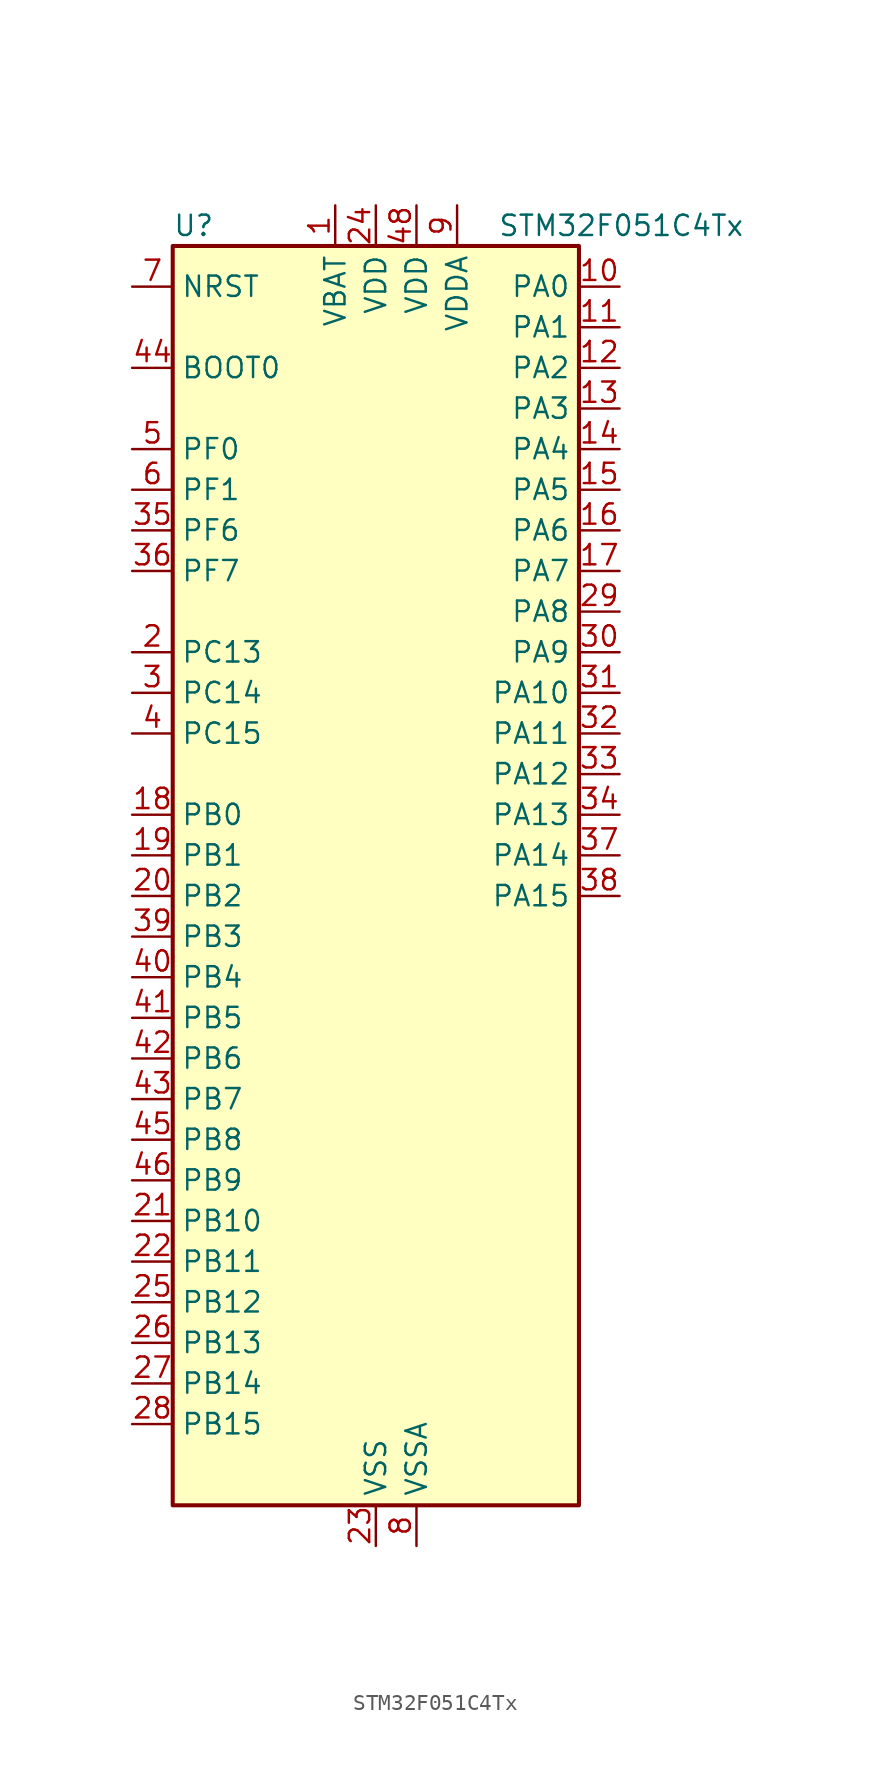
<source format=kicad_sym>
(kicad_symbol_lib
  (version 20220914)
  (generator kicad_symbol_editor)
  (symbol "STM32F051C4Tx"
    (property "Reference" "U"
      (at -12.7 41.91 0)
      (effects (font (size 1.27 1.27)) (justify left)))
    (property "Value" "STM32F051C4Tx"
      (at 7.62 41.91 0)
      (effects (font (size 1.27 1.27)) (justify left)))
    (property "ki_locked" ""
      (at 0 0 0)
      (effects (font (size 1.27 1.27))))
    (symbol "STM32F051C4Tx_0_1"
      (rectangle (start -12.7 -38.1) (end 12.7 40.64) (stroke (width 0.254) (type default)) (fill (type background))))
    (symbol "STM32F051C4Tx_1_1"
      (pin power_in line (at -2.54 43.18 270) (length 2.54) (name "VBAT" (effects (font (size 1.27 1.27)))) (number "1" (effects (font (size 1.27 1.27)))))
      (pin bidirectional line (at 15.24 38.1 180) (length 2.54) (name "PA0" (effects (font (size 1.27 1.27)))) (number "10" (effects (font (size 1.27 1.27)))) (alternate "ADC_IN0" bidirectional line) (alternate "COMP1_INM" bidirectional line) (alternate "COMP1_OUT" bidirectional line) (alternate "RTC_TAMP2" bidirectional line) (alternate "SYS_WKUP1" bidirectional line) (alternate "TIM2_CH1" bidirectional line) (alternate "TIM2_ETR" bidirectional line) (alternate "TSC_G1_IO1" bidirectional line))
      (pin bidirectional line (at 15.24 35.56 180) (length 2.54) (name "PA1" (effects (font (size 1.27 1.27)))) (number "11" (effects (font (size 1.27 1.27)))) (alternate "ADC_IN1" bidirectional line) (alternate "COMP1_INP" bidirectional line) (alternate "TIM2_CH2" bidirectional line) (alternate "TSC_G1_IO2" bidirectional line))
      (pin bidirectional line (at 15.24 33.02 180) (length 2.54) (name "PA2" (effects (font (size 1.27 1.27)))) (number "12" (effects (font (size 1.27 1.27)))) (alternate "ADC_IN2" bidirectional line) (alternate "COMP2_INM" bidirectional line) (alternate "COMP2_OUT" bidirectional line) (alternate "TIM15_CH1" bidirectional line) (alternate "TIM2_CH3" bidirectional line) (alternate "TSC_G1_IO3" bidirectional line))
      (pin bidirectional line (at 15.24 30.48 180) (length 2.54) (name "PA3" (effects (font (size 1.27 1.27)))) (number "13" (effects (font (size 1.27 1.27)))) (alternate "ADC_IN3" bidirectional line) (alternate "COMP2_INP" bidirectional line) (alternate "TIM15_CH2" bidirectional line) (alternate "TIM2_CH4" bidirectional line) (alternate "TSC_G1_IO4" bidirectional line))
      (pin bidirectional line (at 15.24 27.94 180) (length 2.54) (name "PA4" (effects (font (size 1.27 1.27)))) (number "14" (effects (font (size 1.27 1.27)))) (alternate "ADC_IN4" bidirectional line) (alternate "COMP1_INM" bidirectional line) (alternate "COMP2_INM" bidirectional line) (alternate "DAC1_OUT1" bidirectional line) (alternate "I2S1_WS" bidirectional line) (alternate "SPI1_NSS" bidirectional line) (alternate "TIM14_CH1" bidirectional line) (alternate "TSC_G2_IO1" bidirectional line))
      (pin bidirectional line (at 15.24 25.4 180) (length 2.54) (name "PA5" (effects (font (size 1.27 1.27)))) (number "15" (effects (font (size 1.27 1.27)))) (alternate "ADC_IN5" bidirectional line) (alternate "CEC" bidirectional line) (alternate "COMP1_INM" bidirectional line) (alternate "COMP2_INM" bidirectional line) (alternate "I2S1_CK" bidirectional line) (alternate "SPI1_SCK" bidirectional line) (alternate "TIM2_CH1" bidirectional line) (alternate "TIM2_ETR" bidirectional line) (alternate "TSC_G2_IO2" bidirectional line))
      (pin bidirectional line (at 15.24 22.86 180) (length 2.54) (name "PA6" (effects (font (size 1.27 1.27)))) (number "16" (effects (font (size 1.27 1.27)))) (alternate "ADC_IN6" bidirectional line) (alternate "COMP1_OUT" bidirectional line) (alternate "I2S1_MCK" bidirectional line) (alternate "SPI1_MISO" bidirectional line) (alternate "TIM16_CH1" bidirectional line) (alternate "TIM1_BKIN" bidirectional line) (alternate "TIM3_CH1" bidirectional line) (alternate "TSC_G2_IO3" bidirectional line))
      (pin bidirectional line (at 15.24 20.32 180) (length 2.54) (name "PA7" (effects (font (size 1.27 1.27)))) (number "17" (effects (font (size 1.27 1.27)))) (alternate "ADC_IN7" bidirectional line) (alternate "COMP2_OUT" bidirectional line) (alternate "I2S1_SD" bidirectional line) (alternate "SPI1_MOSI" bidirectional line) (alternate "TIM14_CH1" bidirectional line) (alternate "TIM17_CH1" bidirectional line) (alternate "TIM1_CH1N" bidirectional line) (alternate "TIM3_CH2" bidirectional line) (alternate "TSC_G2_IO4" bidirectional line))
      (pin bidirectional line (at -15.24 5.08 0) (length 2.54) (name "PB0" (effects (font (size 1.27 1.27)))) (number "18" (effects (font (size 1.27 1.27)))) (alternate "ADC_IN8" bidirectional line) (alternate "TIM1_CH2N" bidirectional line) (alternate "TIM3_CH3" bidirectional line) (alternate "TSC_G3_IO2" bidirectional line))
      (pin bidirectional line (at -15.24 2.54 0) (length 2.54) (name "PB1" (effects (font (size 1.27 1.27)))) (number "19" (effects (font (size 1.27 1.27)))) (alternate "ADC_IN9" bidirectional line) (alternate "TIM14_CH1" bidirectional line) (alternate "TIM1_CH3N" bidirectional line) (alternate "TIM3_CH4" bidirectional line) (alternate "TSC_G3_IO3" bidirectional line))
      (pin bidirectional line (at -15.24 15.24 0) (length 2.54) (name "PC13" (effects (font (size 1.27 1.27)))) (number "2" (effects (font (size 1.27 1.27)))) (alternate "RTC_OUT_ALARM" bidirectional line) (alternate "RTC_OUT_CALIB" bidirectional line) (alternate "RTC_TAMP1" bidirectional line) (alternate "RTC_TS" bidirectional line) (alternate "SYS_WKUP2" bidirectional line))
      (pin bidirectional line (at -15.24 0 0) (length 2.54) (name "PB2" (effects (font (size 1.27 1.27)))) (number "20" (effects (font (size 1.27 1.27)))) (alternate "TSC_G3_IO4" bidirectional line))
      (pin bidirectional line (at -15.24 -20.32 0) (length 2.54) (name "PB10" (effects (font (size 1.27 1.27)))) (number "21" (effects (font (size 1.27 1.27)))) (alternate "CEC" bidirectional line) (alternate "TIM2_CH3" bidirectional line) (alternate "TSC_SYNC" bidirectional line))
      (pin bidirectional line (at -15.24 -22.86 0) (length 2.54) (name "PB11" (effects (font (size 1.27 1.27)))) (number "22" (effects (font (size 1.27 1.27)))) (alternate "TIM2_CH4" bidirectional line) (alternate "TSC_G6_IO1" bidirectional line))
      (pin power_in line (at 0 -40.64 90) (length 2.54) (name "VSS" (effects (font (size 1.27 1.27)))) (number "23" (effects (font (size 1.27 1.27)))))
      (pin power_in line (at 0 43.18 270) (length 2.54) (name "VDD" (effects (font (size 1.27 1.27)))) (number "24" (effects (font (size 1.27 1.27)))))
      (pin bidirectional line (at -15.24 -25.4 0) (length 2.54) (name "PB12" (effects (font (size 1.27 1.27)))) (number "25" (effects (font (size 1.27 1.27)))) (alternate "TIM1_BKIN" bidirectional line) (alternate "TSC_G6_IO2" bidirectional line))
      (pin bidirectional line (at -15.24 -27.94 0) (length 2.54) (name "PB13" (effects (font (size 1.27 1.27)))) (number "26" (effects (font (size 1.27 1.27)))) (alternate "TIM1_CH1N" bidirectional line) (alternate "TSC_G6_IO3" bidirectional line))
      (pin bidirectional line (at -15.24 -30.48 0) (length 2.54) (name "PB14" (effects (font (size 1.27 1.27)))) (number "27" (effects (font (size 1.27 1.27)))) (alternate "TIM15_CH1" bidirectional line) (alternate "TIM1_CH2N" bidirectional line) (alternate "TSC_G6_IO4" bidirectional line))
      (pin bidirectional line (at -15.24 -33.02 0) (length 2.54) (name "PB15" (effects (font (size 1.27 1.27)))) (number "28" (effects (font (size 1.27 1.27)))) (alternate "RTC_REFIN" bidirectional line) (alternate "TIM15_CH1N" bidirectional line) (alternate "TIM15_CH2" bidirectional line) (alternate "TIM1_CH3N" bidirectional line))
      (pin bidirectional line (at 15.24 17.78 180) (length 2.54) (name "PA8" (effects (font (size 1.27 1.27)))) (number "29" (effects (font (size 1.27 1.27)))) (alternate "RCC_MCO" bidirectional line) (alternate "TIM1_CH1" bidirectional line) (alternate "USART1_CK" bidirectional line))
      (pin bidirectional line (at -15.24 12.7 0) (length 2.54) (name "PC14" (effects (font (size 1.27 1.27)))) (number "3" (effects (font (size 1.27 1.27)))) (alternate "RCC_OSC32_IN" bidirectional line))
      (pin bidirectional line (at 15.24 15.24 180) (length 2.54) (name "PA9" (effects (font (size 1.27 1.27)))) (number "30" (effects (font (size 1.27 1.27)))) (alternate "DAC1_EXTI9" bidirectional line) (alternate "TIM15_BKIN" bidirectional line) (alternate "TIM1_CH2" bidirectional line) (alternate "TSC_G4_IO1" bidirectional line) (alternate "USART1_TX" bidirectional line))
      (pin bidirectional line (at 15.24 12.7 180) (length 2.54) (name "PA10" (effects (font (size 1.27 1.27)))) (number "31" (effects (font (size 1.27 1.27)))) (alternate "TIM17_BKIN" bidirectional line) (alternate "TIM1_CH3" bidirectional line) (alternate "TSC_G4_IO2" bidirectional line) (alternate "USART1_RX" bidirectional line))
      (pin bidirectional line (at 15.24 10.16 180) (length 2.54) (name "PA11" (effects (font (size 1.27 1.27)))) (number "32" (effects (font (size 1.27 1.27)))) (alternate "COMP1_OUT" bidirectional line) (alternate "TIM1_CH4" bidirectional line) (alternate "TSC_G4_IO3" bidirectional line) (alternate "USART1_CTS" bidirectional line))
      (pin bidirectional line (at 15.24 7.62 180) (length 2.54) (name "PA12" (effects (font (size 1.27 1.27)))) (number "33" (effects (font (size 1.27 1.27)))) (alternate "COMP2_OUT" bidirectional line) (alternate "TIM1_ETR" bidirectional line) (alternate "TSC_G4_IO4" bidirectional line) (alternate "USART1_DE" bidirectional line) (alternate "USART1_RTS" bidirectional line))
      (pin bidirectional line (at 15.24 5.08 180) (length 2.54) (name "PA13" (effects (font (size 1.27 1.27)))) (number "34" (effects (font (size 1.27 1.27)))) (alternate "IR_OUT" bidirectional line) (alternate "SYS_SWDIO" bidirectional line))
      (pin bidirectional line (at -15.24 22.86 0) (length 2.54) (name "PF6" (effects (font (size 1.27 1.27)))) (number "35" (effects (font (size 1.27 1.27)))))
      (pin bidirectional line (at -15.24 20.32 0) (length 2.54) (name "PF7" (effects (font (size 1.27 1.27)))) (number "36" (effects (font (size 1.27 1.27)))))
      (pin bidirectional line (at 15.24 2.54 180) (length 2.54) (name "PA14" (effects (font (size 1.27 1.27)))) (number "37" (effects (font (size 1.27 1.27)))) (alternate "SYS_SWCLK" bidirectional line))
      (pin bidirectional line (at 15.24 0 180) (length 2.54) (name "PA15" (effects (font (size 1.27 1.27)))) (number "38" (effects (font (size 1.27 1.27)))) (alternate "I2S1_WS" bidirectional line) (alternate "SPI1_NSS" bidirectional line) (alternate "TIM2_CH1" bidirectional line) (alternate "TIM2_ETR" bidirectional line))
      (pin bidirectional line (at -15.24 -2.54 0) (length 2.54) (name "PB3" (effects (font (size 1.27 1.27)))) (number "39" (effects (font (size 1.27 1.27)))) (alternate "I2S1_CK" bidirectional line) (alternate "SPI1_SCK" bidirectional line) (alternate "TIM2_CH2" bidirectional line) (alternate "TSC_G5_IO1" bidirectional line))
      (pin bidirectional line (at -15.24 10.16 0) (length 2.54) (name "PC15" (effects (font (size 1.27 1.27)))) (number "4" (effects (font (size 1.27 1.27)))) (alternate "RCC_OSC32_OUT" bidirectional line))
      (pin bidirectional line (at -15.24 -5.08 0) (length 2.54) (name "PB4" (effects (font (size 1.27 1.27)))) (number "40" (effects (font (size 1.27 1.27)))) (alternate "I2S1_MCK" bidirectional line) (alternate "SPI1_MISO" bidirectional line) (alternate "TIM3_CH1" bidirectional line) (alternate "TSC_G5_IO2" bidirectional line))
      (pin bidirectional line (at -15.24 -7.62 0) (length 2.54) (name "PB5" (effects (font (size 1.27 1.27)))) (number "41" (effects (font (size 1.27 1.27)))) (alternate "I2C1_SMBA" bidirectional line) (alternate "I2S1_SD" bidirectional line) (alternate "SPI1_MOSI" bidirectional line) (alternate "TIM16_BKIN" bidirectional line) (alternate "TIM3_CH2" bidirectional line))
      (pin bidirectional line (at -15.24 -10.16 0) (length 2.54) (name "PB6" (effects (font (size 1.27 1.27)))) (number "42" (effects (font (size 1.27 1.27)))) (alternate "I2C1_SCL" bidirectional line) (alternate "TIM16_CH1N" bidirectional line) (alternate "TSC_G5_IO3" bidirectional line) (alternate "USART1_TX" bidirectional line))
      (pin bidirectional line (at -15.24 -12.7 0) (length 2.54) (name "PB7" (effects (font (size 1.27 1.27)))) (number "43" (effects (font (size 1.27 1.27)))) (alternate "I2C1_SDA" bidirectional line) (alternate "TIM17_CH1N" bidirectional line) (alternate "TSC_G5_IO4" bidirectional line) (alternate "USART1_RX" bidirectional line))
      (pin input line (at -15.24 33.02 0) (length 2.54) (name "BOOT0" (effects (font (size 1.27 1.27)))) (number "44" (effects (font (size 1.27 1.27)))))
      (pin bidirectional line (at -15.24 -15.24 0) (length 2.54) (name "PB8" (effects (font (size 1.27 1.27)))) (number "45" (effects (font (size 1.27 1.27)))) (alternate "CEC" bidirectional line) (alternate "I2C1_SCL" bidirectional line) (alternate "TIM16_CH1" bidirectional line) (alternate "TSC_SYNC" bidirectional line))
      (pin bidirectional line (at -15.24 -17.78 0) (length 2.54) (name "PB9" (effects (font (size 1.27 1.27)))) (number "46" (effects (font (size 1.27 1.27)))) (alternate "DAC1_EXTI9" bidirectional line) (alternate "I2C1_SDA" bidirectional line) (alternate "IR_OUT" bidirectional line) (alternate "TIM17_CH1" bidirectional line))
      (pin passive line (at 0 -40.64 90) (length 2.54) hide (name "VSS" (effects (font (size 1.27 1.27)))) (number "47" (effects (font (size 1.27 1.27)))))
      (pin power_in line (at 2.54 43.18 270) (length 2.54) (name "VDD" (effects (font (size 1.27 1.27)))) (number "48" (effects (font (size 1.27 1.27)))))
      (pin bidirectional line (at -15.24 27.94 0) (length 2.54) (name "PF0" (effects (font (size 1.27 1.27)))) (number "5" (effects (font (size 1.27 1.27)))) (alternate "RCC_OSC_IN" bidirectional line))
      (pin bidirectional line (at -15.24 25.4 0) (length 2.54) (name "PF1" (effects (font (size 1.27 1.27)))) (number "6" (effects (font (size 1.27 1.27)))) (alternate "RCC_OSC_OUT" bidirectional line))
      (pin input line (at -15.24 38.1 0) (length 2.54) (name "NRST" (effects (font (size 1.27 1.27)))) (number "7" (effects (font (size 1.27 1.27)))))
      (pin power_in line (at 2.54 -40.64 90) (length 2.54) (name "VSSA" (effects (font (size 1.27 1.27)))) (number "8" (effects (font (size 1.27 1.27)))))
      (pin power_in line (at 5.08 43.18 270) (length 2.54) (name "VDDA" (effects (font (size 1.27 1.27)))) (number "9" (effects (font (size 1.27 1.27))))))))
</source>
